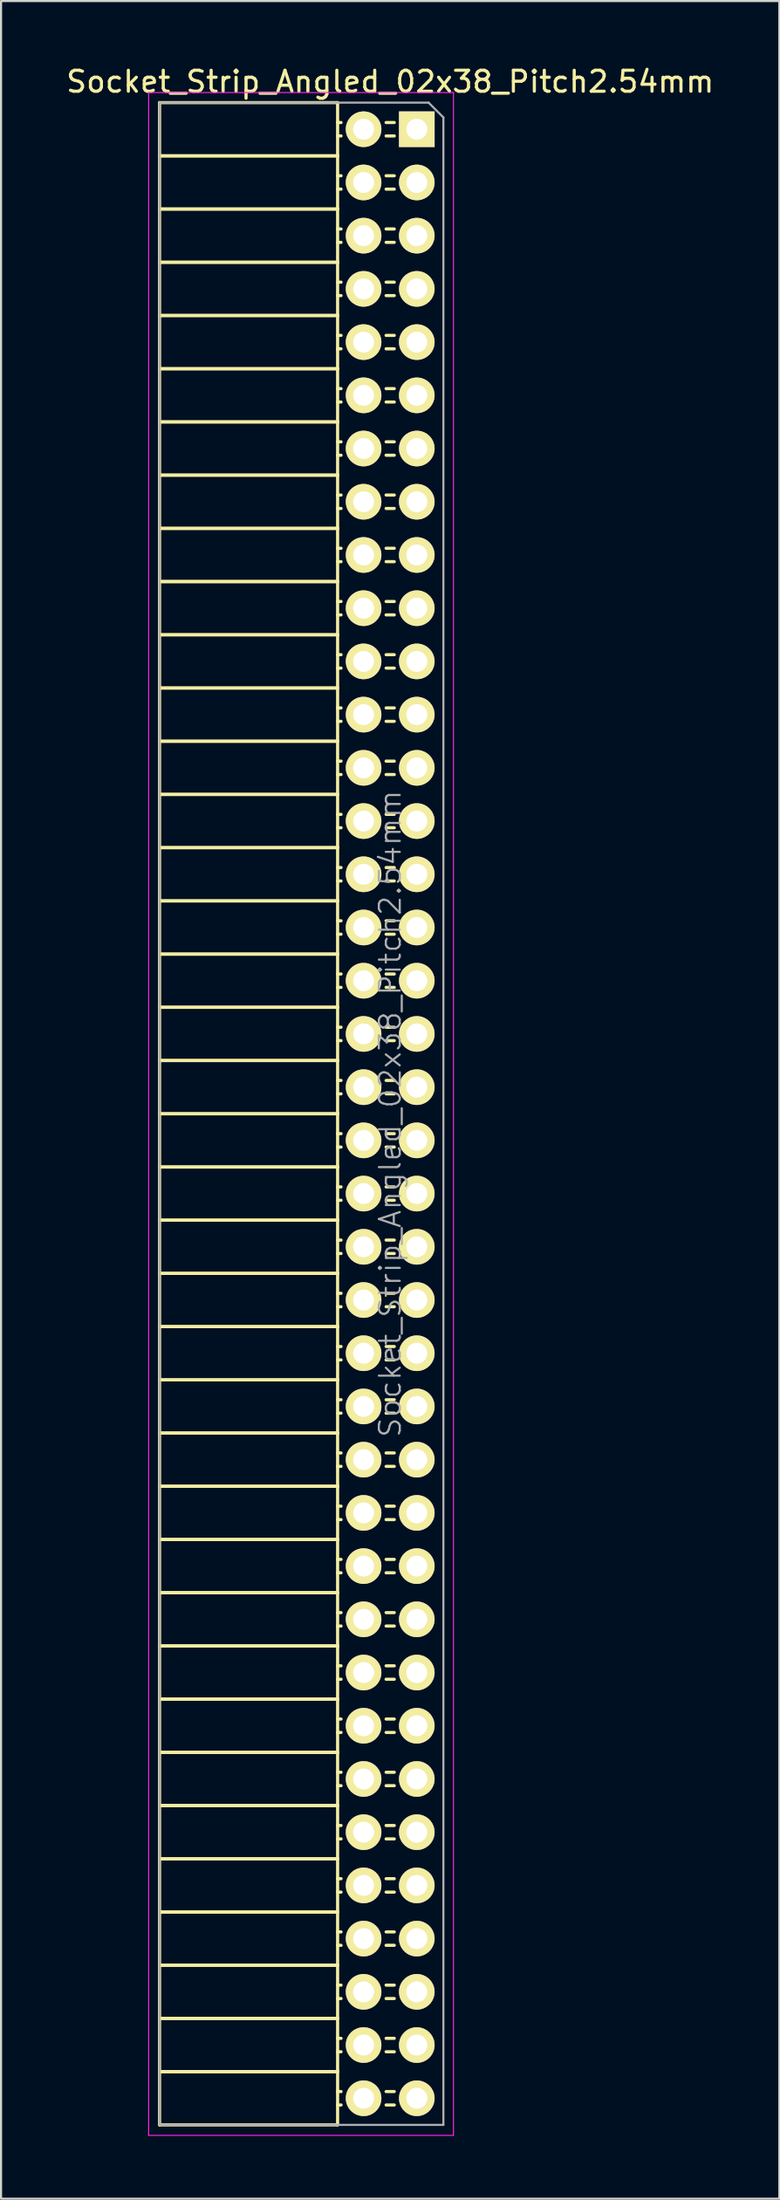
<source format=kicad_pcb>
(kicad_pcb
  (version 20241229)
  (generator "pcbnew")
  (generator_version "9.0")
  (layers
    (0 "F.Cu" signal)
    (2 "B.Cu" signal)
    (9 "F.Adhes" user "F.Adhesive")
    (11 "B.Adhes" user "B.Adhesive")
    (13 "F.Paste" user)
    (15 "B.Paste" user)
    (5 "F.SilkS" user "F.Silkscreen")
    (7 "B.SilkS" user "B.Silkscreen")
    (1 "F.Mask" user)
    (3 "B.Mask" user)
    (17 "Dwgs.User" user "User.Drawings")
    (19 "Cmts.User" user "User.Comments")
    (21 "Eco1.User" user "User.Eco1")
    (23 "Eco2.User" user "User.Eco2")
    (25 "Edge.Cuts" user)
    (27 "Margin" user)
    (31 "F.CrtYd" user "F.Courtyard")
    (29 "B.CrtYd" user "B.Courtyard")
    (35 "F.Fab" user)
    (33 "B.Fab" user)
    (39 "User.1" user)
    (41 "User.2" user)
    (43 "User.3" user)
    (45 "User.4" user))
  (footprint "Socket_Strip_Angled_02x38_Pitch2.54mm"
    (layer "F.Cu")
    (at 16.847 3.118)
    (property "Reference" "Socket_Strip_Angled_02x38_Pitch2.54mm" (at -1.27 -2.27 0) (layer "F.SilkS") (effects (font (size 1 1) (thickness 0.15))))
    (attr smd)
    (fp_line (start -12.28 -1.27) (end -12.28 1.27) (stroke (width 0.15) (type solid)) (layer "F.SilkS"))
    (fp_line (start -12.28 -1.27) (end -3.78 -1.27) (stroke (width 0.15) (type solid)) (layer "F.SilkS"))
    (fp_line (start -12.28 1.27) (end -12.28 3.81) (stroke (width 0.15) (type solid)) (layer "F.SilkS"))
    (fp_line (start -12.28 1.27) (end -3.78 1.27) (stroke (width 0.15) (type solid)) (layer "F.SilkS"))
    (fp_line (start -12.28 1.27) (end -3.78 1.27) (stroke (width 0.15) (type solid)) (layer "F.SilkS"))
    (fp_line (start -12.28 3.81) (end -12.28 6.35) (stroke (width 0.15) (type solid)) (layer "F.SilkS"))
    (fp_line (start -12.28 3.81) (end -3.78 3.81) (stroke (width 0.15) (type solid)) (layer "F.SilkS"))
    (fp_line (start -12.28 3.81) (end -3.78 3.81) (stroke (width 0.15) (type solid)) (layer "F.SilkS"))
    (fp_line (start -12.28 6.35) (end -12.28 8.89) (stroke (width 0.15) (type solid)) (layer "F.SilkS"))
    (fp_line (start -12.28 6.35) (end -3.78 6.35) (stroke (width 0.15) (type solid)) (layer "F.SilkS"))
    (fp_line (start -12.28 6.35) (end -3.78 6.35) (stroke (width 0.15) (type solid)) (layer "F.SilkS"))
    (fp_line (start -12.28 8.89) (end -12.28 11.43) (stroke (width 0.15) (type solid)) (layer "F.SilkS"))
    (fp_line (start -12.28 8.89) (end -3.78 8.89) (stroke (width 0.15) (type solid)) (layer "F.SilkS"))
    (fp_line (start -12.28 8.89) (end -3.78 8.89) (stroke (width 0.15) (type solid)) (layer "F.SilkS"))
    (fp_line (start -12.28 11.43) (end -12.28 13.97) (stroke (width 0.15) (type solid)) (layer "F.SilkS"))
    (fp_line (start -12.28 11.43) (end -3.78 11.43) (stroke (width 0.15) (type solid)) (layer "F.SilkS"))
    (fp_line (start -12.28 11.43) (end -3.78 11.43) (stroke (width 0.15) (type solid)) (layer "F.SilkS"))
    (fp_line (start -12.28 13.97) (end -12.28 16.51) (stroke (width 0.15) (type solid)) (layer "F.SilkS"))
    (fp_line (start -12.28 13.97) (end -3.78 13.97) (stroke (width 0.15) (type solid)) (layer "F.SilkS"))
    (fp_line (start -12.28 13.97) (end -3.78 13.97) (stroke (width 0.15) (type solid)) (layer "F.SilkS"))
    (fp_line (start -12.28 16.51) (end -12.28 19.05) (stroke (width 0.15) (type solid)) (layer "F.SilkS"))
    (fp_line (start -12.28 16.51) (end -3.78 16.51) (stroke (width 0.15) (type solid)) (layer "F.SilkS"))
    (fp_line (start -12.28 16.51) (end -3.78 16.51) (stroke (width 0.15) (type solid)) (layer "F.SilkS"))
    (fp_line (start -12.28 19.05) (end -12.28 21.59) (stroke (width 0.15) (type solid)) (layer "F.SilkS"))
    (fp_line (start -12.28 19.05) (end -3.78 19.05) (stroke (width 0.15) (type solid)) (layer "F.SilkS"))
    (fp_line (start -12.28 19.05) (end -3.78 19.05) (stroke (width 0.15) (type solid)) (layer "F.SilkS"))
    (fp_line (start -12.28 21.59) (end -12.28 24.13) (stroke (width 0.15) (type solid)) (layer "F.SilkS"))
    (fp_line (start -12.28 21.59) (end -3.78 21.59) (stroke (width 0.15) (type solid)) (layer "F.SilkS"))
    (fp_line (start -12.28 21.59) (end -3.78 21.59) (stroke (width 0.15) (type solid)) (layer "F.SilkS"))
    (fp_line (start -12.28 24.13) (end -12.28 26.67) (stroke (width 0.15) (type solid)) (layer "F.SilkS"))
    (fp_line (start -12.28 24.13) (end -3.78 24.13) (stroke (width 0.15) (type solid)) (layer "F.SilkS"))
    (fp_line (start -12.28 24.13) (end -3.78 24.13) (stroke (width 0.15) (type solid)) (layer "F.SilkS"))
    (fp_line (start -12.28 26.67) (end -12.28 29.21) (stroke (width 0.15) (type solid)) (layer "F.SilkS"))
    (fp_line (start -12.28 26.67) (end -3.78 26.67) (stroke (width 0.15) (type solid)) (layer "F.SilkS"))
    (fp_line (start -12.28 26.67) (end -3.78 26.67) (stroke (width 0.15) (type solid)) (layer "F.SilkS"))
    (fp_line (start -12.28 29.21) (end -12.28 31.75) (stroke (width 0.15) (type solid)) (layer "F.SilkS"))
    (fp_line (start -12.28 29.21) (end -3.78 29.21) (stroke (width 0.15) (type solid)) (layer "F.SilkS"))
    (fp_line (start -12.28 29.21) (end -3.78 29.21) (stroke (width 0.15) (type solid)) (layer "F.SilkS"))
    (fp_line (start -12.28 31.75) (end -12.28 34.29) (stroke (width 0.15) (type solid)) (layer "F.SilkS"))
    (fp_line (start -12.28 31.75) (end -3.78 31.75) (stroke (width 0.15) (type solid)) (layer "F.SilkS"))
    (fp_line (start -12.28 31.75) (end -3.78 31.75) (stroke (width 0.15) (type solid)) (layer "F.SilkS"))
    (fp_line (start -12.28 34.29) (end -12.28 36.83) (stroke (width 0.15) (type solid)) (layer "F.SilkS"))
    (fp_line (start -12.28 34.29) (end -3.78 34.29) (stroke (width 0.15) (type solid)) (layer "F.SilkS"))
    (fp_line (start -12.28 34.29) (end -3.78 34.29) (stroke (width 0.15) (type solid)) (layer "F.SilkS"))
    (fp_line (start -12.28 36.83) (end -12.28 39.37) (stroke (width 0.15) (type solid)) (layer "F.SilkS"))
    (fp_line (start -12.28 36.83) (end -3.78 36.83) (stroke (width 0.15) (type solid)) (layer "F.SilkS"))
    (fp_line (start -12.28 36.83) (end -3.78 36.83) (stroke (width 0.15) (type solid)) (layer "F.SilkS"))
    (fp_line (start -12.28 39.37) (end -12.28 41.91) (stroke (width 0.15) (type solid)) (layer "F.SilkS"))
    (fp_line (start -12.28 39.37) (end -3.78 39.37) (stroke (width 0.15) (type solid)) (layer "F.SilkS"))
    (fp_line (start -12.28 39.37) (end -3.78 39.37) (stroke (width 0.15) (type solid)) (layer "F.SilkS"))
    (fp_line (start -12.28 41.91) (end -12.28 44.45) (stroke (width 0.15) (type solid)) (layer "F.SilkS"))
    (fp_line (start -12.28 41.91) (end -3.78 41.91) (stroke (width 0.15) (type solid)) (layer "F.SilkS"))
    (fp_line (start -12.28 41.91) (end -3.78 41.91) (stroke (width 0.15) (type solid)) (layer "F.SilkS"))
    (fp_line (start -12.28 44.45) (end -12.28 46.99) (stroke (width 0.15) (type solid)) (layer "F.SilkS"))
    (fp_line (start -12.28 44.45) (end -3.78 44.45) (stroke (width 0.15) (type solid)) (layer "F.SilkS"))
    (fp_line (start -12.28 44.45) (end -3.78 44.45) (stroke (width 0.15) (type solid)) (layer "F.SilkS"))
    (fp_line (start -12.28 46.99) (end -12.28 49.53) (stroke (width 0.15) (type solid)) (layer "F.SilkS"))
    (fp_line (start -12.28 46.99) (end -3.78 46.99) (stroke (width 0.15) (type solid)) (layer "F.SilkS"))
    (fp_line (start -12.28 46.99) (end -3.78 46.99) (stroke (width 0.15) (type solid)) (layer "F.SilkS"))
    (fp_line (start -12.28 49.53) (end -12.28 52.07) (stroke (width 0.15) (type solid)) (layer "F.SilkS"))
    (fp_line (start -12.28 49.53) (end -3.78 49.53) (stroke (width 0.15) (type solid)) (layer "F.SilkS"))
    (fp_line (start -12.28 49.53) (end -3.78 49.53) (stroke (width 0.15) (type solid)) (layer "F.SilkS"))
    (fp_line (start -12.28 52.07) (end -12.28 54.61) (stroke (width 0.15) (type solid)) (layer "F.SilkS"))
    (fp_line (start -12.28 52.07) (end -3.78 52.07) (stroke (width 0.15) (type solid)) (layer "F.SilkS"))
    (fp_line (start -12.28 52.07) (end -3.78 52.07) (stroke (width 0.15) (type solid)) (layer "F.SilkS"))
    (fp_line (start -12.28 54.61) (end -12.28 57.15) (stroke (width 0.15) (type solid)) (layer "F.SilkS"))
    (fp_line (start -12.28 54.61) (end -3.78 54.61) (stroke (width 0.15) (type solid)) (layer "F.SilkS"))
    (fp_line (start -12.28 54.61) (end -3.78 54.61) (stroke (width 0.15) (type solid)) (layer "F.SilkS"))
    (fp_line (start -12.28 57.15) (end -12.28 59.69) (stroke (width 0.15) (type solid)) (layer "F.SilkS"))
    (fp_line (start -12.28 57.15) (end -3.78 57.15) (stroke (width 0.15) (type solid)) (layer "F.SilkS"))
    (fp_line (start -12.28 57.15) (end -3.78 57.15) (stroke (width 0.15) (type solid)) (layer "F.SilkS"))
    (fp_line (start -12.28 59.69) (end -12.28 62.23) (stroke (width 0.15) (type solid)) (layer "F.SilkS"))
    (fp_line (start -12.28 59.69) (end -3.78 59.69) (stroke (width 0.15) (type solid)) (layer "F.SilkS"))
    (fp_line (start -12.28 59.69) (end -3.78 59.69) (stroke (width 0.15) (type solid)) (layer "F.SilkS"))
    (fp_line (start -12.28 62.23) (end -12.28 64.77) (stroke (width 0.15) (type solid)) (layer "F.SilkS"))
    (fp_line (start -12.28 62.23) (end -3.78 62.23) (stroke (width 0.15) (type solid)) (layer "F.SilkS"))
    (fp_line (start -12.28 62.23) (end -3.78 62.23) (stroke (width 0.15) (type solid)) (layer "F.SilkS"))
    (fp_line (start -12.28 64.77) (end -12.28 67.31) (stroke (width 0.15) (type solid)) (layer "F.SilkS"))
    (fp_line (start -12.28 64.77) (end -3.78 64.77) (stroke (width 0.15) (type solid)) (layer "F.SilkS"))
    (fp_line (start -12.28 64.77) (end -3.78 64.77) (stroke (width 0.15) (type solid)) (layer "F.SilkS"))
    (fp_line (start -12.28 67.31) (end -12.28 69.85) (stroke (width 0.15) (type solid)) (layer "F.SilkS"))
    (fp_line (start -12.28 67.31) (end -3.78 67.31) (stroke (width 0.15) (type solid)) (layer "F.SilkS"))
    (fp_line (start -12.28 67.31) (end -3.78 67.31) (stroke (width 0.15) (type solid)) (layer "F.SilkS"))
    (fp_line (start -12.28 69.85) (end -12.28 72.39) (stroke (width 0.15) (type solid)) (layer "F.SilkS"))
    (fp_line (start -12.28 69.85) (end -3.78 69.85) (stroke (width 0.15) (type solid)) (layer "F.SilkS"))
    (fp_line (start -12.28 69.85) (end -3.78 69.85) (stroke (width 0.15) (type solid)) (layer "F.SilkS"))
    (fp_line (start -12.28 72.39) (end -12.28 74.93) (stroke (width 0.15) (type solid)) (layer "F.SilkS"))
    (fp_line (start -12.28 72.39) (end -3.78 72.39) (stroke (width 0.15) (type solid)) (layer "F.SilkS"))
    (fp_line (start -12.28 72.39) (end -3.78 72.39) (stroke (width 0.15) (type solid)) (layer "F.SilkS"))
    (fp_line (start -12.28 74.93) (end -12.28 77.47) (stroke (width 0.15) (type solid)) (layer "F.SilkS"))
    (fp_line (start -12.28 74.93) (end -3.78 74.93) (stroke (width 0.15) (type solid)) (layer "F.SilkS"))
    (fp_line (start -12.28 74.93) (end -3.78 74.93) (stroke (width 0.15) (type solid)) (layer "F.SilkS"))
    (fp_line (start -12.28 77.47) (end -12.28 80.01) (stroke (width 0.15) (type solid)) (layer "F.SilkS"))
    (fp_line (start -12.28 77.47) (end -3.78 77.47) (stroke (width 0.15) (type solid)) (layer "F.SilkS"))
    (fp_line (start -12.28 77.47) (end -3.78 77.47) (stroke (width 0.15) (type solid)) (layer "F.SilkS"))
    (fp_line (start -12.28 80.01) (end -12.28 82.55) (stroke (width 0.15) (type solid)) (layer "F.SilkS"))
    (fp_line (start -12.28 80.01) (end -3.78 80.01) (stroke (width 0.15) (type solid)) (layer "F.SilkS"))
    (fp_line (start -12.28 80.01) (end -3.78 80.01) (stroke (width 0.15) (type solid)) (layer "F.SilkS"))
    (fp_line (start -12.28 82.55) (end -12.28 85.09) (stroke (width 0.15) (type solid)) (layer "F.SilkS"))
    (fp_line (start -12.28 82.55) (end -3.78 82.55) (stroke (width 0.15) (type solid)) (layer "F.SilkS"))
    (fp_line (start -12.28 82.55) (end -3.78 82.55) (stroke (width 0.15) (type solid)) (layer "F.SilkS"))
    (fp_line (start -12.28 85.09) (end -12.28 87.63) (stroke (width 0.15) (type solid)) (layer "F.SilkS"))
    (fp_line (start -12.28 85.09) (end -3.78 85.09) (stroke (width 0.15) (type solid)) (layer "F.SilkS"))
    (fp_line (start -12.28 85.09) (end -3.78 85.09) (stroke (width 0.15) (type solid)) (layer "F.SilkS"))
    (fp_line (start -12.28 87.63) (end -12.28 90.17) (stroke (width 0.15) (type solid)) (layer "F.SilkS"))
    (fp_line (start -12.28 87.63) (end -3.78 87.63) (stroke (width 0.15) (type solid)) (layer "F.SilkS"))
    (fp_line (start -12.28 87.63) (end -3.78 87.63) (stroke (width 0.15) (type solid)) (layer "F.SilkS"))
    (fp_line (start -12.28 90.17) (end -12.28 92.71) (stroke (width 0.15) (type solid)) (layer "F.SilkS"))
    (fp_line (start -12.28 90.17) (end -3.78 90.17) (stroke (width 0.15) (type solid)) (layer "F.SilkS"))
    (fp_line (start -12.28 90.17) (end -3.78 90.17) (stroke (width 0.15) (type solid)) (layer "F.SilkS"))
    (fp_line (start -12.28 92.71) (end -12.28 95.25) (stroke (width 0.15) (type solid)) (layer "F.SilkS"))
    (fp_line (start -12.28 92.71) (end -3.78 92.71) (stroke (width 0.15) (type solid)) (layer "F.SilkS"))
    (fp_line (start -12.28 92.71) (end -3.78 92.71) (stroke (width 0.15) (type solid)) (layer "F.SilkS"))
    (fp_line (start -12.28 95.25) (end -3.78 95.25) (stroke (width 0.15) (type solid)) (layer "F.SilkS"))
    (fp_line (start -3.78 -1.27) (end -3.78 1.27) (stroke (width 0.15) (type solid)) (layer "F.SilkS"))
    (fp_line (start -3.78 -0.32) (end -3.615 -0.32) (stroke (width 0.15) (type solid)) (layer "F.SilkS"))
    (fp_line (start -3.78 0.32) (end -3.615 0.32) (stroke (width 0.15) (type solid)) (layer "F.SilkS"))
    (fp_line (start -3.78 1.27) (end -3.78 3.81) (stroke (width 0.15) (type solid)) (layer "F.SilkS"))
    (fp_line (start -3.78 2.22) (end -3.615 2.22) (stroke (width 0.15) (type solid)) (layer "F.SilkS"))
    (fp_line (start -3.78 2.86) (end -3.615 2.86) (stroke (width 0.15) (type solid)) (layer "F.SilkS"))
    (fp_line (start -3.78 3.81) (end -3.78 6.35) (stroke (width 0.15) (type solid)) (layer "F.SilkS"))
    (fp_line (start -3.78 4.76) (end -3.615 4.76) (stroke (width 0.15) (type solid)) (layer "F.SilkS"))
    (fp_line (start -3.78 5.4) (end -3.615 5.4) (stroke (width 0.15) (type solid)) (layer "F.SilkS"))
    (fp_line (start -3.78 6.35) (end -3.78 8.89) (stroke (width 0.15) (type solid)) (layer "F.SilkS"))
    (fp_line (start -3.78 7.3) (end -3.615 7.3) (stroke (width 0.15) (type solid)) (layer "F.SilkS"))
    (fp_line (start -3.78 7.94) (end -3.615 7.94) (stroke (width 0.15) (type solid)) (layer "F.SilkS"))
    (fp_line (start -3.78 8.89) (end -3.78 11.43) (stroke (width 0.15) (type solid)) (layer "F.SilkS"))
    (fp_line (start -3.78 9.84) (end -3.615 9.84) (stroke (width 0.15) (type solid)) (layer "F.SilkS"))
    (fp_line (start -3.78 10.48) (end -3.615 10.48) (stroke (width 0.15) (type solid)) (layer "F.SilkS"))
    (fp_line (start -3.78 11.43) (end -3.78 13.97) (stroke (width 0.15) (type solid)) (layer "F.SilkS"))
    (fp_line (start -3.78 12.38) (end -3.615 12.38) (stroke (width 0.15) (type solid)) (layer "F.SilkS"))
    (fp_line (start -3.78 13.02) (end -3.615 13.02) (stroke (width 0.15) (type solid)) (layer "F.SilkS"))
    (fp_line (start -3.78 13.97) (end -3.78 16.51) (stroke (width 0.15) (type solid)) (layer "F.SilkS"))
    (fp_line (start -3.78 14.92) (end -3.615 14.92) (stroke (width 0.15) (type solid)) (layer "F.SilkS"))
    (fp_line (start -3.78 15.56) (end -3.615 15.56) (stroke (width 0.15) (type solid)) (layer "F.SilkS"))
    (fp_line (start -3.78 16.51) (end -3.78 19.05) (stroke (width 0.15) (type solid)) (layer "F.SilkS"))
    (fp_line (start -3.78 17.46) (end -3.615 17.46) (stroke (width 0.15) (type solid)) (layer "F.SilkS"))
    (fp_line (start -3.78 18.1) (end -3.615 18.1) (stroke (width 0.15) (type solid)) (layer "F.SilkS"))
    (fp_line (start -3.78 19.05) (end -3.78 21.59) (stroke (width 0.15) (type solid)) (layer "F.SilkS"))
    (fp_line (start -3.78 20) (end -3.615 20) (stroke (width 0.15) (type solid)) (layer "F.SilkS"))
    (fp_line (start -3.78 20.64) (end -3.615 20.64) (stroke (width 0.15) (type solid)) (layer "F.SilkS"))
    (fp_line (start -3.78 21.59) (end -3.78 24.13) (stroke (width 0.15) (type solid)) (layer "F.SilkS"))
    (fp_line (start -3.78 22.54) (end -3.615 22.54) (stroke (width 0.15) (type solid)) (layer "F.SilkS"))
    (fp_line (start -3.78 23.18) (end -3.615 23.18) (stroke (width 0.15) (type solid)) (layer "F.SilkS"))
    (fp_line (start -3.78 24.13) (end -3.78 26.67) (stroke (width 0.15) (type solid)) (layer "F.SilkS"))
    (fp_line (start -3.78 25.08) (end -3.615 25.08) (stroke (width 0.15) (type solid)) (layer "F.SilkS"))
    (fp_line (start -3.78 25.72) (end -3.615 25.72) (stroke (width 0.15) (type solid)) (layer "F.SilkS"))
    (fp_line (start -3.78 26.67) (end -3.78 29.21) (stroke (width 0.15) (type solid)) (layer "F.SilkS"))
    (fp_line (start -3.78 27.62) (end -3.615 27.62) (stroke (width 0.15) (type solid)) (layer "F.SilkS"))
    (fp_line (start -3.78 28.26) (end -3.615 28.26) (stroke (width 0.15) (type solid)) (layer "F.SilkS"))
    (fp_line (start -3.78 29.21) (end -3.78 31.75) (stroke (width 0.15) (type solid)) (layer "F.SilkS"))
    (fp_line (start -3.78 30.16) (end -3.615 30.16) (stroke (width 0.15) (type solid)) (layer "F.SilkS"))
    (fp_line (start -3.78 30.8) (end -3.615 30.8) (stroke (width 0.15) (type solid)) (layer "F.SilkS"))
    (fp_line (start -3.78 31.75) (end -3.78 34.29) (stroke (width 0.15) (type solid)) (layer "F.SilkS"))
    (fp_line (start -3.78 32.7) (end -3.615 32.7) (stroke (width 0.15) (type solid)) (layer "F.SilkS"))
    (fp_line (start -3.78 33.34) (end -3.615 33.34) (stroke (width 0.15) (type solid)) (layer "F.SilkS"))
    (fp_line (start -3.78 34.29) (end -3.78 36.83) (stroke (width 0.15) (type solid)) (layer "F.SilkS"))
    (fp_line (start -3.78 35.24) (end -3.615 35.24) (stroke (width 0.15) (type solid)) (layer "F.SilkS"))
    (fp_line (start -3.78 35.88) (end -3.615 35.88) (stroke (width 0.15) (type solid)) (layer "F.SilkS"))
    (fp_line (start -3.78 36.83) (end -3.78 39.37) (stroke (width 0.15) (type solid)) (layer "F.SilkS"))
    (fp_line (start -3.78 37.78) (end -3.615 37.78) (stroke (width 0.15) (type solid)) (layer "F.SilkS"))
    (fp_line (start -3.78 38.42) (end -3.615 38.42) (stroke (width 0.15) (type solid)) (layer "F.SilkS"))
    (fp_line (start -3.78 39.37) (end -3.78 41.91) (stroke (width 0.15) (type solid)) (layer "F.SilkS"))
    (fp_line (start -3.78 40.32) (end -3.615 40.32) (stroke (width 0.15) (type solid)) (layer "F.SilkS"))
    (fp_line (start -3.78 40.96) (end -3.615 40.96) (stroke (width 0.15) (type solid)) (layer "F.SilkS"))
    (fp_line (start -3.78 41.91) (end -3.78 44.45) (stroke (width 0.15) (type solid)) (layer "F.SilkS"))
    (fp_line (start -3.78 42.86) (end -3.615 42.86) (stroke (width 0.15) (type solid)) (layer "F.SilkS"))
    (fp_line (start -3.78 43.5) (end -3.615 43.5) (stroke (width 0.15) (type solid)) (layer "F.SilkS"))
    (fp_line (start -3.78 44.45) (end -3.78 46.99) (stroke (width 0.15) (type solid)) (layer "F.SilkS"))
    (fp_line (start -3.78 45.4) (end -3.615 45.4) (stroke (width 0.15) (type solid)) (layer "F.SilkS"))
    (fp_line (start -3.78 46.04) (end -3.615 46.04) (stroke (width 0.15) (type solid)) (layer "F.SilkS"))
    (fp_line (start -3.78 46.99) (end -3.78 49.53) (stroke (width 0.15) (type solid)) (layer "F.SilkS"))
    (fp_line (start -3.78 47.94) (end -3.615 47.94) (stroke (width 0.15) (type solid)) (layer "F.SilkS"))
    (fp_line (start -3.78 48.58) (end -3.615 48.58) (stroke (width 0.15) (type solid)) (layer "F.SilkS"))
    (fp_line (start -3.78 49.53) (end -3.78 52.07) (stroke (width 0.15) (type solid)) (layer "F.SilkS"))
    (fp_line (start -3.78 50.48) (end -3.615 50.48) (stroke (width 0.15) (type solid)) (layer "F.SilkS"))
    (fp_line (start -3.78 51.12) (end -3.615 51.12) (stroke (width 0.15) (type solid)) (layer "F.SilkS"))
    (fp_line (start -3.78 52.07) (end -3.78 54.61) (stroke (width 0.15) (type solid)) (layer "F.SilkS"))
    (fp_line (start -3.78 53.02) (end -3.615 53.02) (stroke (width 0.15) (type solid)) (layer "F.SilkS"))
    (fp_line (start -3.78 53.66) (end -3.615 53.66) (stroke (width 0.15) (type solid)) (layer "F.SilkS"))
    (fp_line (start -3.78 54.61) (end -3.78 57.15) (stroke (width 0.15) (type solid)) (layer "F.SilkS"))
    (fp_line (start -3.78 55.56) (end -3.615 55.56) (stroke (width 0.15) (type solid)) (layer "F.SilkS"))
    (fp_line (start -3.78 56.2) (end -3.615 56.2) (stroke (width 0.15) (type solid)) (layer "F.SilkS"))
    (fp_line (start -3.78 57.15) (end -3.78 59.69) (stroke (width 0.15) (type solid)) (layer "F.SilkS"))
    (fp_line (start -3.78 58.1) (end -3.615 58.1) (stroke (width 0.15) (type solid)) (layer "F.SilkS"))
    (fp_line (start -3.78 58.74) (end -3.615 58.74) (stroke (width 0.15) (type solid)) (layer "F.SilkS"))
    (fp_line (start -3.78 59.69) (end -3.78 62.23) (stroke (width 0.15) (type solid)) (layer "F.SilkS"))
    (fp_line (start -3.78 60.64) (end -3.615 60.64) (stroke (width 0.15) (type solid)) (layer "F.SilkS"))
    (fp_line (start -3.78 61.28) (end -3.615 61.28) (stroke (width 0.15) (type solid)) (layer "F.SilkS"))
    (fp_line (start -3.78 62.23) (end -3.78 64.77) (stroke (width 0.15) (type solid)) (layer "F.SilkS"))
    (fp_line (start -3.78 63.18) (end -3.615 63.18) (stroke (width 0.15) (type solid)) (layer "F.SilkS"))
    (fp_line (start -3.78 63.82) (end -3.615 63.82) (stroke (width 0.15) (type solid)) (layer "F.SilkS"))
    (fp_line (start -3.78 64.77) (end -3.78 67.31) (stroke (width 0.15) (type solid)) (layer "F.SilkS"))
    (fp_line (start -3.78 65.72) (end -3.615 65.72) (stroke (width 0.15) (type solid)) (layer "F.SilkS"))
    (fp_line (start -3.78 66.36) (end -3.615 66.36) (stroke (width 0.15) (type solid)) (layer "F.SilkS"))
    (fp_line (start -3.78 67.31) (end -3.78 69.85) (stroke (width 0.15) (type solid)) (layer "F.SilkS"))
    (fp_line (start -3.78 68.26) (end -3.615 68.26) (stroke (width 0.15) (type solid)) (layer "F.SilkS"))
    (fp_line (start -3.78 68.9) (end -3.615 68.9) (stroke (width 0.15) (type solid)) (layer "F.SilkS"))
    (fp_line (start -3.78 69.85) (end -3.78 72.39) (stroke (width 0.15) (type solid)) (layer "F.SilkS"))
    (fp_line (start -3.78 70.8) (end -3.615 70.8) (stroke (width 0.15) (type solid)) (layer "F.SilkS"))
    (fp_line (start -3.78 71.44) (end -3.615 71.44) (stroke (width 0.15) (type solid)) (layer "F.SilkS"))
    (fp_line (start -3.78 72.39) (end -3.78 74.93) (stroke (width 0.15) (type solid)) (layer "F.SilkS"))
    (fp_line (start -3.78 73.34) (end -3.615 73.34) (stroke (width 0.15) (type solid)) (layer "F.SilkS"))
    (fp_line (start -3.78 73.98) (end -3.615 73.98) (stroke (width 0.15) (type solid)) (layer "F.SilkS"))
    (fp_line (start -3.78 74.93) (end -3.78 77.47) (stroke (width 0.15) (type solid)) (layer "F.SilkS"))
    (fp_line (start -3.78 75.88) (end -3.615 75.88) (stroke (width 0.15) (type solid)) (layer "F.SilkS"))
    (fp_line (start -3.78 76.52) (end -3.615 76.52) (stroke (width 0.15) (type solid)) (layer "F.SilkS"))
    (fp_line (start -3.78 77.47) (end -3.78 80.01) (stroke (width 0.15) (type solid)) (layer "F.SilkS"))
    (fp_line (start -3.78 78.42) (end -3.615 78.42) (stroke (width 0.15) (type solid)) (layer "F.SilkS"))
    (fp_line (start -3.78 79.06) (end -3.615 79.06) (stroke (width 0.15) (type solid)) (layer "F.SilkS"))
    (fp_line (start -3.78 80.01) (end -3.78 82.55) (stroke (width 0.15) (type solid)) (layer "F.SilkS"))
    (fp_line (start -3.78 80.96) (end -3.615 80.96) (stroke (width 0.15) (type solid)) (layer "F.SilkS"))
    (fp_line (start -3.78 81.6) (end -3.615 81.6) (stroke (width 0.15) (type solid)) (layer "F.SilkS"))
    (fp_line (start -3.78 82.55) (end -3.78 85.09) (stroke (width 0.15) (type solid)) (layer "F.SilkS"))
    (fp_line (start -3.78 83.5) (end -3.615 83.5) (stroke (width 0.15) (type solid)) (layer "F.SilkS"))
    (fp_line (start -3.78 84.14) (end -3.615 84.14) (stroke (width 0.15) (type solid)) (layer "F.SilkS"))
    (fp_line (start -3.78 85.09) (end -3.78 87.63) (stroke (width 0.15) (type solid)) (layer "F.SilkS"))
    (fp_line (start -3.78 86.04) (end -3.615 86.04) (stroke (width 0.15) (type solid)) (layer "F.SilkS"))
    (fp_line (start -3.78 86.68) (end -3.615 86.68) (stroke (width 0.15) (type solid)) (layer "F.SilkS"))
    (fp_line (start -3.78 87.63) (end -3.78 90.17) (stroke (width 0.15) (type solid)) (layer "F.SilkS"))
    (fp_line (start -3.78 88.58) (end -3.615 88.58) (stroke (width 0.15) (type solid)) (layer "F.SilkS"))
    (fp_line (start -3.78 89.22) (end -3.615 89.22) (stroke (width 0.15) (type solid)) (layer "F.SilkS"))
    (fp_line (start -3.78 90.17) (end -3.78 92.71) (stroke (width 0.15) (type solid)) (layer "F.SilkS"))
    (fp_line (start -3.78 91.12) (end -3.615 91.12) (stroke (width 0.15) (type solid)) (layer "F.SilkS"))
    (fp_line (start -3.78 91.76) (end -3.615 91.76) (stroke (width 0.15) (type solid)) (layer "F.SilkS"))
    (fp_line (start -3.78 92.71) (end -3.78 95.25) (stroke (width 0.15) (type solid)) (layer "F.SilkS"))
    (fp_line (start -3.78 93.66) (end -3.615 93.66) (stroke (width 0.15) (type solid)) (layer "F.SilkS"))
    (fp_line (start -3.78 94.3) (end -3.615 94.3) (stroke (width 0.15) (type solid)) (layer "F.SilkS"))
    (fp_line (start -1.075 -0.32) (end -1.465 -0.32) (stroke (width 0.15) (type solid)) (layer "F.SilkS"))
    (fp_line (start -1.075 0.32) (end -1.465 0.32) (stroke (width 0.15) (type solid)) (layer "F.SilkS"))
    (fp_line (start -1.075 2.22) (end -1.465 2.22) (stroke (width 0.15) (type solid)) (layer "F.SilkS"))
    (fp_line (start -1.075 2.86) (end -1.465 2.86) (stroke (width 0.15) (type solid)) (layer "F.SilkS"))
    (fp_line (start -1.075 4.76) (end -1.465 4.76) (stroke (width 0.15) (type solid)) (layer "F.SilkS"))
    (fp_line (start -1.075 5.4) (end -1.465 5.4) (stroke (width 0.15) (type solid)) (layer "F.SilkS"))
    (fp_line (start -1.075 7.3) (end -1.465 7.3) (stroke (width 0.15) (type solid)) (layer "F.SilkS"))
    (fp_line (start -1.075 7.94) (end -1.465 7.94) (stroke (width 0.15) (type solid)) (layer "F.SilkS"))
    (fp_line (start -1.075 9.84) (end -1.465 9.84) (stroke (width 0.15) (type solid)) (layer "F.SilkS"))
    (fp_line (start -1.075 10.48) (end -1.465 10.48) (stroke (width 0.15) (type solid)) (layer "F.SilkS"))
    (fp_line (start -1.075 12.38) (end -1.465 12.38) (stroke (width 0.15) (type solid)) (layer "F.SilkS"))
    (fp_line (start -1.075 13.02) (end -1.465 13.02) (stroke (width 0.15) (type solid)) (layer "F.SilkS"))
    (fp_line (start -1.075 14.92) (end -1.465 14.92) (stroke (width 0.15) (type solid)) (layer "F.SilkS"))
    (fp_line (start -1.075 15.56) (end -1.465 15.56) (stroke (width 0.15) (type solid)) (layer "F.SilkS"))
    (fp_line (start -1.075 17.46) (end -1.465 17.46) (stroke (width 0.15) (type solid)) (layer "F.SilkS"))
    (fp_line (start -1.075 18.1) (end -1.465 18.1) (stroke (width 0.15) (type solid)) (layer "F.SilkS"))
    (fp_line (start -1.075 20) (end -1.465 20) (stroke (width 0.15) (type solid)) (layer "F.SilkS"))
    (fp_line (start -1.075 20.64) (end -1.465 20.64) (stroke (width 0.15) (type solid)) (layer "F.SilkS"))
    (fp_line (start -1.075 22.54) (end -1.465 22.54) (stroke (width 0.15) (type solid)) (layer "F.SilkS"))
    (fp_line (start -1.075 23.18) (end -1.465 23.18) (stroke (width 0.15) (type solid)) (layer "F.SilkS"))
    (fp_line (start -1.075 25.08) (end -1.465 25.08) (stroke (width 0.15) (type solid)) (layer "F.SilkS"))
    (fp_line (start -1.075 25.72) (end -1.465 25.72) (stroke (width 0.15) (type solid)) (layer "F.SilkS"))
    (fp_line (start -1.075 27.62) (end -1.465 27.62) (stroke (width 0.15) (type solid)) (layer "F.SilkS"))
    (fp_line (start -1.075 28.26) (end -1.465 28.26) (stroke (width 0.15) (type solid)) (layer "F.SilkS"))
    (fp_line (start -1.075 30.16) (end -1.465 30.16) (stroke (width 0.15) (type solid)) (layer "F.SilkS"))
    (fp_line (start -1.075 30.8) (end -1.465 30.8) (stroke (width 0.15) (type solid)) (layer "F.SilkS"))
    (fp_line (start -1.075 32.7) (end -1.465 32.7) (stroke (width 0.15) (type solid)) (layer "F.SilkS"))
    (fp_line (start -1.075 33.34) (end -1.465 33.34) (stroke (width 0.15) (type solid)) (layer "F.SilkS"))
    (fp_line (start -1.075 35.24) (end -1.465 35.24) (stroke (width 0.15) (type solid)) (layer "F.SilkS"))
    (fp_line (start -1.075 35.88) (end -1.465 35.88) (stroke (width 0.15) (type solid)) (layer "F.SilkS"))
    (fp_line (start -1.075 37.78) (end -1.465 37.78) (stroke (width 0.15) (type solid)) (layer "F.SilkS"))
    (fp_line (start -1.075 38.42) (end -1.465 38.42) (stroke (width 0.15) (type solid)) (layer "F.SilkS"))
    (fp_line (start -1.075 40.32) (end -1.465 40.32) (stroke (width 0.15) (type solid)) (layer "F.SilkS"))
    (fp_line (start -1.075 40.96) (end -1.465 40.96) (stroke (width 0.15) (type solid)) (layer "F.SilkS"))
    (fp_line (start -1.075 42.86) (end -1.465 42.86) (stroke (width 0.15) (type solid)) (layer "F.SilkS"))
    (fp_line (start -1.075 43.5) (end -1.465 43.5) (stroke (width 0.15) (type solid)) (layer "F.SilkS"))
    (fp_line (start -1.075 45.4) (end -1.465 45.4) (stroke (width 0.15) (type solid)) (layer "F.SilkS"))
    (fp_line (start -1.075 46.04) (end -1.465 46.04) (stroke (width 0.15) (type solid)) (layer "F.SilkS"))
    (fp_line (start -1.075 47.94) (end -1.465 47.94) (stroke (width 0.15) (type solid)) (layer "F.SilkS"))
    (fp_line (start -1.075 48.58) (end -1.465 48.58) (stroke (width 0.15) (type solid)) (layer "F.SilkS"))
    (fp_line (start -1.075 50.48) (end -1.465 50.48) (stroke (width 0.15) (type solid)) (layer "F.SilkS"))
    (fp_line (start -1.075 51.12) (end -1.465 51.12) (stroke (width 0.15) (type solid)) (layer "F.SilkS"))
    (fp_line (start -1.075 53.02) (end -1.465 53.02) (stroke (width 0.15) (type solid)) (layer "F.SilkS"))
    (fp_line (start -1.075 53.66) (end -1.465 53.66) (stroke (width 0.15) (type solid)) (layer "F.SilkS"))
    (fp_line (start -1.075 55.56) (end -1.465 55.56) (stroke (width 0.15) (type solid)) (layer "F.SilkS"))
    (fp_line (start -1.075 56.2) (end -1.465 56.2) (stroke (width 0.15) (type solid)) (layer "F.SilkS"))
    (fp_line (start -1.075 58.1) (end -1.465 58.1) (stroke (width 0.15) (type solid)) (layer "F.SilkS"))
    (fp_line (start -1.075 58.74) (end -1.465 58.74) (stroke (width 0.15) (type solid)) (layer "F.SilkS"))
    (fp_line (start -1.075 60.64) (end -1.465 60.64) (stroke (width 0.15) (type solid)) (layer "F.SilkS"))
    (fp_line (start -1.075 61.28) (end -1.465 61.28) (stroke (width 0.15) (type solid)) (layer "F.SilkS"))
    (fp_line (start -1.075 63.18) (end -1.465 63.18) (stroke (width 0.15) (type solid)) (layer "F.SilkS"))
    (fp_line (start -1.075 63.82) (end -1.465 63.82) (stroke (width 0.15) (type solid)) (layer "F.SilkS"))
    (fp_line (start -1.075 65.72) (end -1.465 65.72) (stroke (width 0.15) (type solid)) (layer "F.SilkS"))
    (fp_line (start -1.075 66.36) (end -1.465 66.36) (stroke (width 0.15) (type solid)) (layer "F.SilkS"))
    (fp_line (start -1.075 68.26) (end -1.465 68.26) (stroke (width 0.15) (type solid)) (layer "F.SilkS"))
    (fp_line (start -1.075 68.9) (end -1.465 68.9) (stroke (width 0.15) (type solid)) (layer "F.SilkS"))
    (fp_line (start -1.075 70.8) (end -1.465 70.8) (stroke (width 0.15) (type solid)) (layer "F.SilkS"))
    (fp_line (start -1.075 71.44) (end -1.465 71.44) (stroke (width 0.15) (type solid)) (layer "F.SilkS"))
    (fp_line (start -1.075 73.34) (end -1.465 73.34) (stroke (width 0.15) (type solid)) (layer "F.SilkS"))
    (fp_line (start -1.075 73.98) (end -1.465 73.98) (stroke (width 0.15) (type solid)) (layer "F.SilkS"))
    (fp_line (start -1.075 75.88) (end -1.465 75.88) (stroke (width 0.15) (type solid)) (layer "F.SilkS"))
    (fp_line (start -1.075 76.52) (end -1.465 76.52) (stroke (width 0.15) (type solid)) (layer "F.SilkS"))
    (fp_line (start -1.075 78.42) (end -1.465 78.42) (stroke (width 0.15) (type solid)) (layer "F.SilkS"))
    (fp_line (start -1.075 79.06) (end -1.465 79.06) (stroke (width 0.15) (type solid)) (layer "F.SilkS"))
    (fp_line (start -1.075 80.96) (end -1.465 80.96) (stroke (width 0.15) (type solid)) (layer "F.SilkS"))
    (fp_line (start -1.075 81.6) (end -1.465 81.6) (stroke (width 0.15) (type solid)) (layer "F.SilkS"))
    (fp_line (start -1.075 83.5) (end -1.465 83.5) (stroke (width 0.15) (type solid)) (layer "F.SilkS"))
    (fp_line (start -1.075 84.14) (end -1.465 84.14) (stroke (width 0.15) (type solid)) (layer "F.SilkS"))
    (fp_line (start -1.075 86.04) (end -1.465 86.04) (stroke (width 0.15) (type solid)) (layer "F.SilkS"))
    (fp_line (start -1.075 86.68) (end -1.465 86.68) (stroke (width 0.15) (type solid)) (layer "F.SilkS"))
    (fp_line (start -1.075 88.58) (end -1.465 88.58) (stroke (width 0.15) (type solid)) (layer "F.SilkS"))
    (fp_line (start -1.075 89.22) (end -1.465 89.22) (stroke (width 0.15) (type solid)) (layer "F.SilkS"))
    (fp_line (start -1.075 91.12) (end -1.465 91.12) (stroke (width 0.15) (type solid)) (layer "F.SilkS"))
    (fp_line (start -1.075 91.76) (end -1.465 91.76) (stroke (width 0.15) (type solid)) (layer "F.SilkS"))
    (fp_line (start -1.075 93.66) (end -1.465 93.66) (stroke (width 0.15) (type solid)) (layer "F.SilkS"))
    (fp_line (start -1.075 94.3) (end -1.465 94.3) (stroke (width 0.15) (type solid)) (layer "F.SilkS"))
    (fp_line (start -12.8 -1.75) (end 1.75 -1.75) (stroke (width 0.05) (type solid)) (layer "F.CrtYd"))
    (fp_line (start -12.8 95.75) (end -12.8 -1.75) (stroke (width 0.05) (type solid)) (layer "F.CrtYd"))
    (fp_line (start -12.8 95.75) (end 1.75 95.75) (stroke (width 0.05) (type solid)) (layer "F.CrtYd"))
    (fp_line (start 1.75 95.75) (end 1.75 -1.75) (stroke (width 0.05) (type solid)) (layer "F.CrtYd"))
    (fp_line (start -12.28 -1.27) (end 0.563 -1.27) (stroke (width 0.1) (type solid)) (layer "F.Fab"))
    (fp_line (start -12.28 95.25) (end -12.28 -1.27) (stroke (width 0.1) (type solid)) (layer "F.Fab"))
    (fp_line (start -12.28 95.25) (end 1.27 95.25) (stroke (width 0.1) (type solid)) (layer "F.Fab"))
    (fp_line (start 1.27 -0.563) (end 0.563 -1.27) (stroke (width 0.1) (type solid)) (layer "F.Fab"))
    (fp_line (start 1.27 95.25) (end 1.27 -0.563) (stroke (width 0.1) (type solid)) (layer "F.Fab"))
    (fp_text user "${REFERENCE}" (at -1.27 46.99 90) (layer "F.Fab") (effects (font (size 1 1) (thickness 0.1))))
    (pad "1" thru_hole rect (at 0 0) (size 1.7 1.7) (drill 1) (layers "*.Cu" "*.Mask" "F.SilkS"))
    (pad "2" thru_hole oval (at -2.54 0) (size 1.7 1.7) (drill 1) (layers "*.Cu" "*.Mask" "F.SilkS"))
    (pad "3" thru_hole oval (at 0 2.54) (size 1.7 1.7) (drill 1) (layers "*.Cu" "*.Mask" "F.SilkS"))
    (pad "4" thru_hole oval (at -2.54 2.54) (size 1.7 1.7) (drill 1) (layers "*.Cu" "*.Mask" "F.SilkS"))
    (pad "5" thru_hole oval (at 0 5.08) (size 1.7 1.7) (drill 1) (layers "*.Cu" "*.Mask" "F.SilkS"))
    (pad "6" thru_hole oval (at -2.54 5.08) (size 1.7 1.7) (drill 1) (layers "*.Cu" "*.Mask" "F.SilkS"))
    (pad "7" thru_hole oval (at 0 7.62) (size 1.7 1.7) (drill 1) (layers "*.Cu" "*.Mask" "F.SilkS"))
    (pad "8" thru_hole oval (at -2.54 7.62) (size 1.7 1.7) (drill 1) (layers "*.Cu" "*.Mask" "F.SilkS"))
    (pad "9" thru_hole oval (at 0 10.16) (size 1.7 1.7) (drill 1) (layers "*.Cu" "*.Mask" "F.SilkS"))
    (pad "10" thru_hole oval (at -2.54 10.16) (size 1.7 1.7) (drill 1) (layers "*.Cu" "*.Mask" "F.SilkS"))
    (pad "11" thru_hole oval (at 0 12.7) (size 1.7 1.7) (drill 1) (layers "*.Cu" "*.Mask" "F.SilkS"))
    (pad "12" thru_hole oval (at -2.54 12.7) (size 1.7 1.7) (drill 1) (layers "*.Cu" "*.Mask" "F.SilkS"))
    (pad "13" thru_hole oval (at 0 15.24) (size 1.7 1.7) (drill 1) (layers "*.Cu" "*.Mask" "F.SilkS"))
    (pad "14" thru_hole oval (at -2.54 15.24) (size 1.7 1.7) (drill 1) (layers "*.Cu" "*.Mask" "F.SilkS"))
    (pad "15" thru_hole oval (at 0 17.78) (size 1.7 1.7) (drill 1) (layers "*.Cu" "*.Mask" "F.SilkS"))
    (pad "16" thru_hole oval (at -2.54 17.78) (size 1.7 1.7) (drill 1) (layers "*.Cu" "*.Mask" "F.SilkS"))
    (pad "17" thru_hole oval (at 0 20.32) (size 1.7 1.7) (drill 1) (layers "*.Cu" "*.Mask" "F.SilkS"))
    (pad "18" thru_hole oval (at -2.54 20.32) (size 1.7 1.7) (drill 1) (layers "*.Cu" "*.Mask" "F.SilkS"))
    (pad "19" thru_hole oval (at 0 22.86) (size 1.7 1.7) (drill 1) (layers "*.Cu" "*.Mask" "F.SilkS"))
    (pad "20" thru_hole oval (at -2.54 22.86) (size 1.7 1.7) (drill 1) (layers "*.Cu" "*.Mask" "F.SilkS"))
    (pad "21" thru_hole oval (at 0 25.4) (size 1.7 1.7) (drill 1) (layers "*.Cu" "*.Mask" "F.SilkS"))
    (pad "22" thru_hole oval (at -2.54 25.4) (size 1.7 1.7) (drill 1) (layers "*.Cu" "*.Mask" "F.SilkS"))
    (pad "23" thru_hole oval (at 0 27.94) (size 1.7 1.7) (drill 1) (layers "*.Cu" "*.Mask" "F.SilkS"))
    (pad "24" thru_hole oval (at -2.54 27.94) (size 1.7 1.7) (drill 1) (layers "*.Cu" "*.Mask" "F.SilkS"))
    (pad "25" thru_hole oval (at 0 30.48) (size 1.7 1.7) (drill 1) (layers "*.Cu" "*.Mask" "F.SilkS"))
    (pad "26" thru_hole oval (at -2.54 30.48) (size 1.7 1.7) (drill 1) (layers "*.Cu" "*.Mask" "F.SilkS"))
    (pad "27" thru_hole oval (at 0 33.02) (size 1.7 1.7) (drill 1) (layers "*.Cu" "*.Mask" "F.SilkS"))
    (pad "28" thru_hole oval (at -2.54 33.02) (size 1.7 1.7) (drill 1) (layers "*.Cu" "*.Mask" "F.SilkS"))
    (pad "29" thru_hole oval (at 0 35.56) (size 1.7 1.7) (drill 1) (layers "*.Cu" "*.Mask" "F.SilkS"))
    (pad "30" thru_hole oval (at -2.54 35.56) (size 1.7 1.7) (drill 1) (layers "*.Cu" "*.Mask" "F.SilkS"))
    (pad "31" thru_hole oval (at 0 38.1) (size 1.7 1.7) (drill 1) (layers "*.Cu" "*.Mask" "F.SilkS"))
    (pad "32" thru_hole oval (at -2.54 38.1) (size 1.7 1.7) (drill 1) (layers "*.Cu" "*.Mask" "F.SilkS"))
    (pad "33" thru_hole oval (at 0 40.64) (size 1.7 1.7) (drill 1) (layers "*.Cu" "*.Mask" "F.SilkS"))
    (pad "34" thru_hole oval (at -2.54 40.64) (size 1.7 1.7) (drill 1) (layers "*.Cu" "*.Mask" "F.SilkS"))
    (pad "35" thru_hole oval (at 0 43.18) (size 1.7 1.7) (drill 1) (layers "*.Cu" "*.Mask" "F.SilkS"))
    (pad "36" thru_hole oval (at -2.54 43.18) (size 1.7 1.7) (drill 1) (layers "*.Cu" "*.Mask" "F.SilkS"))
    (pad "37" thru_hole oval (at 0 45.72) (size 1.7 1.7) (drill 1) (layers "*.Cu" "*.Mask" "F.SilkS"))
    (pad "38" thru_hole oval (at -2.54 45.72) (size 1.7 1.7) (drill 1) (layers "*.Cu" "*.Mask" "F.SilkS"))
    (pad "39" thru_hole oval (at 0 48.26) (size 1.7 1.7) (drill 1) (layers "*.Cu" "*.Mask" "F.SilkS"))
    (pad "40" thru_hole oval (at -2.54 48.26) (size 1.7 1.7) (drill 1) (layers "*.Cu" "*.Mask" "F.SilkS"))
    (pad "41" thru_hole oval (at 0 50.8) (size 1.7 1.7) (drill 1) (layers "*.Cu" "*.Mask" "F.SilkS"))
    (pad "42" thru_hole oval (at -2.54 50.8) (size 1.7 1.7) (drill 1) (layers "*.Cu" "*.Mask" "F.SilkS"))
    (pad "43" thru_hole oval (at 0 53.34) (size 1.7 1.7) (drill 1) (layers "*.Cu" "*.Mask" "F.SilkS"))
    (pad "44" thru_hole oval (at -2.54 53.34) (size 1.7 1.7) (drill 1) (layers "*.Cu" "*.Mask" "F.SilkS"))
    (pad "45" thru_hole oval (at 0 55.88) (size 1.7 1.7) (drill 1) (layers "*.Cu" "*.Mask" "F.SilkS"))
    (pad "46" thru_hole oval (at -2.54 55.88) (size 1.7 1.7) (drill 1) (layers "*.Cu" "*.Mask" "F.SilkS"))
    (pad "47" thru_hole oval (at 0 58.42) (size 1.7 1.7) (drill 1) (layers "*.Cu" "*.Mask" "F.SilkS"))
    (pad "48" thru_hole oval (at -2.54 58.42) (size 1.7 1.7) (drill 1) (layers "*.Cu" "*.Mask" "F.SilkS"))
    (pad "49" thru_hole oval (at 0 60.96) (size 1.7 1.7) (drill 1) (layers "*.Cu" "*.Mask" "F.SilkS"))
    (pad "50" thru_hole oval (at -2.54 60.96) (size 1.7 1.7) (drill 1) (layers "*.Cu" "*.Mask" "F.SilkS"))
    (pad "51" thru_hole oval (at 0 63.5) (size 1.7 1.7) (drill 1) (layers "*.Cu" "*.Mask" "F.SilkS"))
    (pad "52" thru_hole oval (at -2.54 63.5) (size 1.7 1.7) (drill 1) (layers "*.Cu" "*.Mask" "F.SilkS"))
    (pad "53" thru_hole oval (at 0 66.04) (size 1.7 1.7) (drill 1) (layers "*.Cu" "*.Mask" "F.SilkS"))
    (pad "54" thru_hole oval (at -2.54 66.04) (size 1.7 1.7) (drill 1) (layers "*.Cu" "*.Mask" "F.SilkS"))
    (pad "55" thru_hole oval (at 0 68.58) (size 1.7 1.7) (drill 1) (layers "*.Cu" "*.Mask" "F.SilkS"))
    (pad "56" thru_hole oval (at -2.54 68.58) (size 1.7 1.7) (drill 1) (layers "*.Cu" "*.Mask" "F.SilkS"))
    (pad "57" thru_hole oval (at 0 71.12) (size 1.7 1.7) (drill 1) (layers "*.Cu" "*.Mask" "F.SilkS"))
    (pad "58" thru_hole oval (at -2.54 71.12) (size 1.7 1.7) (drill 1) (layers "*.Cu" "*.Mask" "F.SilkS"))
    (pad "59" thru_hole oval (at 0 73.66) (size 1.7 1.7) (drill 1) (layers "*.Cu" "*.Mask" "F.SilkS"))
    (pad "60" thru_hole oval (at -2.54 73.66) (size 1.7 1.7) (drill 1) (layers "*.Cu" "*.Mask" "F.SilkS"))
    (pad "61" thru_hole oval (at 0 76.2) (size 1.7 1.7) (drill 1) (layers "*.Cu" "*.Mask" "F.SilkS"))
    (pad "62" thru_hole oval (at -2.54 76.2) (size 1.7 1.7) (drill 1) (layers "*.Cu" "*.Mask" "F.SilkS"))
    (pad "63" thru_hole oval (at 0 78.74) (size 1.7 1.7) (drill 1) (layers "*.Cu" "*.Mask" "F.SilkS"))
    (pad "64" thru_hole oval (at -2.54 78.74) (size 1.7 1.7) (drill 1) (layers "*.Cu" "*.Mask" "F.SilkS"))
    (pad "65" thru_hole oval (at 0 81.28) (size 1.7 1.7) (drill 1) (layers "*.Cu" "*.Mask" "F.SilkS"))
    (pad "66" thru_hole oval (at -2.54 81.28) (size 1.7 1.7) (drill 1) (layers "*.Cu" "*.Mask" "F.SilkS"))
    (pad "67" thru_hole oval (at 0 83.82) (size 1.7 1.7) (drill 1) (layers "*.Cu" "*.Mask" "F.SilkS"))
    (pad "68" thru_hole oval (at -2.54 83.82) (size 1.7 1.7) (drill 1) (layers "*.Cu" "*.Mask" "F.SilkS"))
    (pad "69" thru_hole oval (at 0 86.36) (size 1.7 1.7) (drill 1) (layers "*.Cu" "*.Mask" "F.SilkS"))
    (pad "70" thru_hole oval (at -2.54 86.36) (size 1.7 1.7) (drill 1) (layers "*.Cu" "*.Mask" "F.SilkS"))
    (pad "71" thru_hole oval (at 0 88.9) (size 1.7 1.7) (drill 1) (layers "*.Cu" "*.Mask" "F.SilkS"))
    (pad "72" thru_hole oval (at -2.54 88.9) (size 1.7 1.7) (drill 1) (layers "*.Cu" "*.Mask" "F.SilkS"))
    (pad "73" thru_hole oval (at 0 91.44) (size 1.7 1.7) (drill 1) (layers "*.Cu" "*.Mask" "F.SilkS"))
    (pad "74" thru_hole oval (at -2.54 91.44) (size 1.7 1.7) (drill 1) (layers "*.Cu" "*.Mask" "F.SilkS"))
    (pad "75" thru_hole oval (at 0 93.98) (size 1.7 1.7) (drill 1) (layers "*.Cu" "*.Mask" "F.SilkS"))
    (pad "76" thru_hole oval (at -2.54 93.98) (size 1.7 1.7) (drill 1) (layers "*.Cu" "*.Mask" "F.SilkS")))
  (gr_rect
    (start -3 -3)
    (end 34.155 101.893)
    (stroke (width 0.1) (type default))
    (fill no)
    (layer "Edge.Cuts")))
</source>
